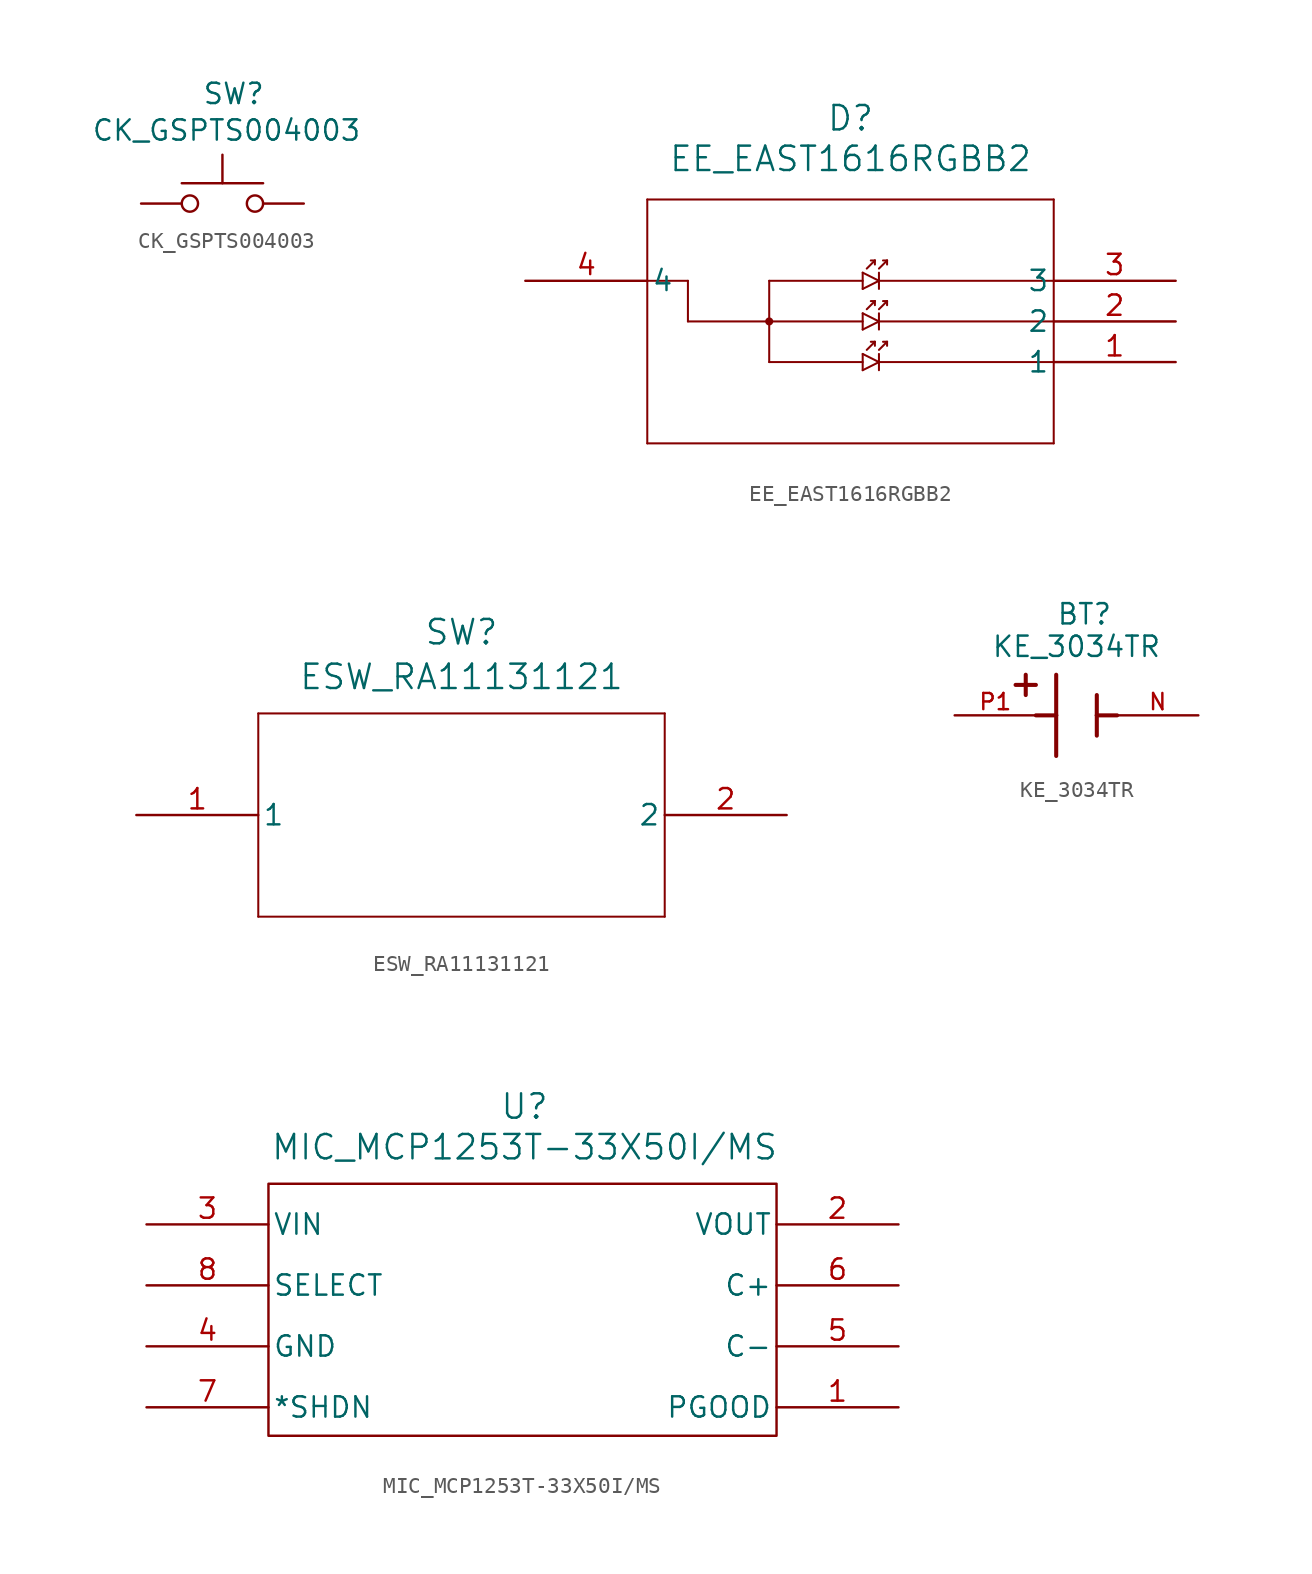
<source format=kicad_sym>
(kicad_symbol_lib
  (version 20241209)
  (generator "kicad_symbol_editor")
  (generator_version "9.0")
  (symbol "CK_GSPTS004003"
    (pin_numbers
      (hide yes))
    (pin_names
      (offset 1.016)
      (hide yes))
    (property "Reference" "SW"
      (at -1.27 6.858 0)
      (effects (font (size 1.27 1.27)) (justify left)))
    (property "Value" "CK_GSPTS004003"
      (at 0.254 4.572 0)
      (effects (font (size 1.27 1.27))))
    (symbol "CK_GSPTS004003_0_1"
      (circle (center -2.032 0) (radius 0.508) (stroke (width 0) (type default)) (fill (type none)))
      (polyline (pts (xy 0 1.27) (xy 0 3.048)) (stroke (width 0) (type default)) (fill (type none)))
      (circle (center 2.032 0) (radius 0.508) (stroke (width 0) (type default)) (fill (type none)))
      (polyline (pts (xy 2.54 1.27) (xy -2.54 1.27)) (stroke (width 0) (type default)) (fill (type none)))
      (pin passive line (at -5.08 0 0) (length 2.54) (name "1" (effects (font (size 1.27 1.27)))) (number "1" (effects (font (size 1.27 1.27)))))
      (pin passive line (at 5.08 0 180) (length 2.54) (name "2" (effects (font (size 1.27 1.27)))) (number "2" (effects (font (size 1.27 1.27)))))))
  (symbol "EE_EAST1616RGBB2"
    (pin_names
      (offset 0.254))
    (property "Reference" "D"
      (at 20.32 10.16 0)
      (effects (font (size 1.524 1.524))))
    (property "Value" "EE_EAST1616RGBB2"
      (at 20.32 7.62 0)
      (effects (font (size 1.524 1.524))))
    (symbol "EE_EAST1616RGBB2_0_1"
      (polyline (pts (xy 7.62 5.08) (xy 7.62 -10.16)) (stroke (width 0.127) (type default)) (fill (type none)))
      (polyline (pts (xy 7.62 0) (xy 10.16 0)) (stroke (width 0.127) (type default)) (fill (type none)))
      (polyline (pts (xy 7.62 -10.16) (xy 33.02 -10.16)) (stroke (width 0.127) (type default)) (fill (type none)))
      (polyline (pts (xy 10.16 0) (xy 10.16 -2.54)) (stroke (width 0.127) (type default)) (fill (type none)))
      (polyline (pts (xy 10.16 -2.54) (xy 21.082 -2.54)) (stroke (width 0.127) (type default)) (fill (type none)))
      (polyline (pts (xy 15.24 0) (xy 15.24 -5.08)) (stroke (width 0.127) (type default)) (fill (type none)))
      (polyline (pts (xy 15.24 0) (xy 21.082 0)) (stroke (width 0.127) (type default)) (fill (type none)))
      (circle (center 15.24 -2.54) (radius 0.127) (stroke (width 0.254) (type default)) (fill (type none)))
      (polyline (pts (xy 15.24 -5.08) (xy 21.082 -5.08)) (stroke (width 0.127) (type default)) (fill (type none)))
      (polyline (pts (xy 21.082 0.508) (xy 21.082 -0.508)) (stroke (width 0.127) (type default)) (fill (type none)))
      (polyline (pts (xy 21.082 0.508) (xy 22.098 0)) (stroke (width 0.127) (type default)) (fill (type none)))
      (polyline (pts (xy 21.082 -2.032) (xy 21.082 -3.048)) (stroke (width 0.127) (type default)) (fill (type none)))
      (polyline (pts (xy 21.082 -2.032) (xy 22.098 -2.54)) (stroke (width 0.127) (type default)) (fill (type none)))
      (polyline (pts (xy 21.082 -4.572) (xy 21.082 -5.588)) (stroke (width 0.127) (type default)) (fill (type none)))
      (polyline (pts (xy 21.082 -4.572) (xy 22.098 -5.08)) (stroke (width 0.127) (type default)) (fill (type none)))
      (polyline (pts (xy 21.336 0.762) (xy 21.844 1.27)) (stroke (width 0.127) (type default)) (fill (type none)))
      (polyline (pts (xy 21.336 -1.778) (xy 21.844 -1.27)) (stroke (width 0.127) (type default)) (fill (type none)))
      (polyline (pts (xy 21.336 -4.318) (xy 21.844 -3.81)) (stroke (width 0.127) (type default)) (fill (type none)))
      (polyline (pts (xy 21.844 1.27) (xy 21.59 1.27)) (stroke (width 0.127) (type default)) (fill (type none)))
      (polyline (pts (xy 21.844 1.27) (xy 21.844 1.016)) (stroke (width 0.127) (type default)) (fill (type none)))
      (polyline (pts (xy 21.844 -1.27) (xy 21.59 -1.27)) (stroke (width 0.127) (type default)) (fill (type none)))
      (polyline (pts (xy 21.844 -1.27) (xy 21.844 -1.524)) (stroke (width 0.127) (type default)) (fill (type none)))
      (polyline (pts (xy 21.844 -3.81) (xy 21.59 -3.81)) (stroke (width 0.127) (type default)) (fill (type none)))
      (polyline (pts (xy 21.844 -3.81) (xy 21.844 -4.064)) (stroke (width 0.127) (type default)) (fill (type none)))
      (polyline (pts (xy 22.098 0.762) (xy 22.606 1.27)) (stroke (width 0.127) (type default)) (fill (type none)))
      (polyline (pts (xy 22.098 0.508) (xy 22.098 -0.508)) (stroke (width 0.127) (type default)) (fill (type none)))
      (polyline (pts (xy 22.098 0) (xy 21.082 -0.508)) (stroke (width 0.127) (type default)) (fill (type none)))
      (polyline (pts (xy 22.098 0) (xy 33.02 0)) (stroke (width 0.127) (type default)) (fill (type none)))
      (polyline (pts (xy 22.098 -1.778) (xy 22.606 -1.27)) (stroke (width 0.127) (type default)) (fill (type none)))
      (polyline (pts (xy 22.098 -2.032) (xy 22.098 -3.048)) (stroke (width 0.127) (type default)) (fill (type none)))
      (polyline (pts (xy 22.098 -2.54) (xy 21.082 -3.048)) (stroke (width 0.127) (type default)) (fill (type none)))
      (polyline (pts (xy 22.098 -2.54) (xy 33.02 -2.54)) (stroke (width 0.127) (type default)) (fill (type none)))
      (polyline (pts (xy 22.098 -4.318) (xy 22.606 -3.81)) (stroke (width 0.127) (type default)) (fill (type none)))
      (polyline (pts (xy 22.098 -4.572) (xy 22.098 -5.588)) (stroke (width 0.127) (type default)) (fill (type none)))
      (polyline (pts (xy 22.098 -5.08) (xy 21.082 -5.588)) (stroke (width 0.127) (type default)) (fill (type none)))
      (polyline (pts (xy 22.098 -5.08) (xy 33.02 -5.08)) (stroke (width 0.127) (type default)) (fill (type none)))
      (polyline (pts (xy 22.352 1.27) (xy 22.606 1.27)) (stroke (width 0.127) (type default)) (fill (type none)))
      (polyline (pts (xy 22.352 -1.27) (xy 22.606 -1.27)) (stroke (width 0.127) (type default)) (fill (type none)))
      (polyline (pts (xy 22.352 -3.81) (xy 22.606 -3.81)) (stroke (width 0.127) (type default)) (fill (type none)))
      (polyline (pts (xy 22.606 1.27) (xy 22.606 1.016)) (stroke (width 0.127) (type default)) (fill (type none)))
      (polyline (pts (xy 22.606 -1.27) (xy 22.606 -1.524)) (stroke (width 0.127) (type default)) (fill (type none)))
      (polyline (pts (xy 22.606 -3.81) (xy 22.606 -4.064)) (stroke (width 0.127) (type default)) (fill (type none)))
      (polyline (pts (xy 33.02 5.08) (xy 7.62 5.08)) (stroke (width 0.127) (type default)) (fill (type none)))
      (polyline (pts (xy 33.02 -10.16) (xy 33.02 5.08)) (stroke (width 0.127) (type default)) (fill (type none)))
      (pin unspecified line (at 0 0 0) (length 7.62) (name "4" (effects (font (size 1.27 1.27)))) (number "4" (effects (font (size 1.27 1.27)))))
      (pin unspecified line (at 40.64 0 180) (length 7.62) (name "3" (effects (font (size 1.27 1.27)))) (number "3" (effects (font (size 1.27 1.27)))))
      (pin unspecified line (at 40.64 -2.54 180) (length 7.62) (name "2" (effects (font (size 1.27 1.27)))) (number "2" (effects (font (size 1.27 1.27)))))
      (pin unspecified line (at 40.64 -5.08 180) (length 7.62) (name "1" (effects (font (size 1.27 1.27)))) (number "1" (effects (font (size 1.27 1.27)))))))
  (symbol "ESW_RA11131121"
    (pin_names
      (offset 0.254))
    (property "Reference" "SW"
      (at 0 11.43 0)
      (effects (font (size 1.524 1.524))))
    (property "Value" "ESW_RA11131121"
      (at 0 8.636 0)
      (effects (font (size 1.524 1.524))))
    (symbol "ESW_RA11131121_0_1"
      (polyline (pts (xy -12.7 6.35) (xy -12.7 -6.35)) (stroke (width 0.127) (type default)) (fill (type none)))
      (polyline (pts (xy -12.7 -6.35) (xy 12.7 -6.35)) (stroke (width 0.127) (type default)) (fill (type none)))
      (polyline (pts (xy 12.7 6.35) (xy -12.7 6.35)) (stroke (width 0.127) (type default)) (fill (type none)))
      (polyline (pts (xy 12.7 -6.35) (xy 12.7 6.35)) (stroke (width 0.127) (type default)) (fill (type none)))
      (pin unspecified line (at -20.32 0 0) (length 7.62) (name "1" (effects (font (size 1.27 1.27)))) (number "1" (effects (font (size 1.27 1.27)))))
      (pin unspecified line (at 20.32 0 180) (length 7.62) (name "2" (effects (font (size 1.27 1.27)))) (number "2" (effects (font (size 1.27 1.27)))))))
  (symbol "KE_3034TR"
    (pin_names
      (offset 1.016))
    (property "Reference" "BT"
      (at -1.27 5.588 0)
      (effects (font (size 1.27 1.27)) (justify left bottom)))
    (property "Value" "KE_3034TR"
      (at -5.334 3.556 0)
      (effects (font (size 1.27 1.27)) (justify left bottom)))
    (symbol "KE_3034TR_0_0"
      (polyline (pts (xy -3.81 1.905) (xy -2.54 1.905)) (stroke (width 0.254) (type default)) (fill (type none)))
      (polyline (pts (xy -3.175 2.54) (xy -3.175 1.27)) (stroke (width 0.254) (type default)) (fill (type none)))
      (polyline (pts (xy -1.27 2.54) (xy -1.27 0)) (stroke (width 0.254) (type default)) (fill (type none)))
      (polyline (pts (xy -1.27 0) (xy -2.54 0)) (stroke (width 0.254) (type default)) (fill (type none)))
      (polyline (pts (xy -1.27 0) (xy -1.27 -2.54)) (stroke (width 0.254) (type default)) (fill (type none)))
      (polyline (pts (xy 1.27 1.27) (xy 1.27 0)) (stroke (width 0.254) (type default)) (fill (type none)))
      (polyline (pts (xy 1.27 0) (xy 1.27 -1.27)) (stroke (width 0.254) (type default)) (fill (type none)))
      (polyline (pts (xy 1.27 0) (xy 2.54 0)) (stroke (width 0.254) (type default)) (fill (type none)))
      (pin passive line (at -7.62 0 0) (length 5.08) (name "~" (effects (font (size 1.016 1.016)))) (number "P1" (effects (font (size 1.016 1.016)))))
      (pin passive line (at -7.62 0 0) (length 5.08) (hide yes) (name "~" (effects (font (size 1.016 1.016)))) (number "P2" (effects (font (size 1.016 1.016)))))
      (pin passive line (at 7.62 0 180) (length 5.08) (name "~" (effects (font (size 1.016 1.016)))) (number "N" (effects (font (size 1.016 1.016)))))))
  (symbol "MIC_MCP1253T-33X50I/MS"
    (pin_names
      (offset 0.254))
    (property "Reference" "U"
      (at 0.127 12.446 0)
      (effects (font (size 1.524 1.524))))
    (property "Value" "MIC_MCP1253T-33X50I/MS"
      (at 0.127 9.906 0)
      (effects (font (size 1.524 1.524))))
    (symbol "MIC_MCP1253T-33X50I/MS_0_1"
      (rectangle (start -15.875 7.62) (end 15.875 -8.128) (stroke (width 0) (type default)) (fill (type none))))
    (symbol "MIC_MCP1253T-33X50I/MS_1_1"
      (pin unspecified line (at -23.495 5.08 0) (length 7.62) (name "VIN" (effects (font (size 1.27 1.27)))) (number "3" (effects (font (size 1.27 1.27)))))
      (pin input line (at -23.495 1.27 0) (length 7.62) (name "SELECT" (effects (font (size 1.27 1.27)))) (number "8" (effects (font (size 1.27 1.27)))))
      (pin unspecified line (at -23.495 -2.54 0) (length 7.62) (name "GND" (effects (font (size 1.27 1.27)))) (number "4" (effects (font (size 1.27 1.27)))))
      (pin input line (at -23.495 -6.35 0) (length 7.62) (name "*SHDN" (effects (font (size 1.27 1.27)))) (number "7" (effects (font (size 1.27 1.27)))))
      (pin output line (at 23.495 5.08 180) (length 7.62) (name "VOUT" (effects (font (size 1.27 1.27)))) (number "2" (effects (font (size 1.27 1.27)))))
      (pin unspecified line (at 23.495 1.27 180) (length 7.62) (name "C+" (effects (font (size 1.27 1.27)))) (number "6" (effects (font (size 1.27 1.27)))))
      (pin unspecified line (at 23.495 -2.54 180) (length 7.62) (name "C-" (effects (font (size 1.27 1.27)))) (number "5" (effects (font (size 1.27 1.27)))))
      (pin unspecified line (at 23.495 -6.35 180) (length 7.62) (name "PGOOD" (effects (font (size 1.27 1.27)))) (number "1" (effects (font (size 1.27 1.27))))))))
</source>
